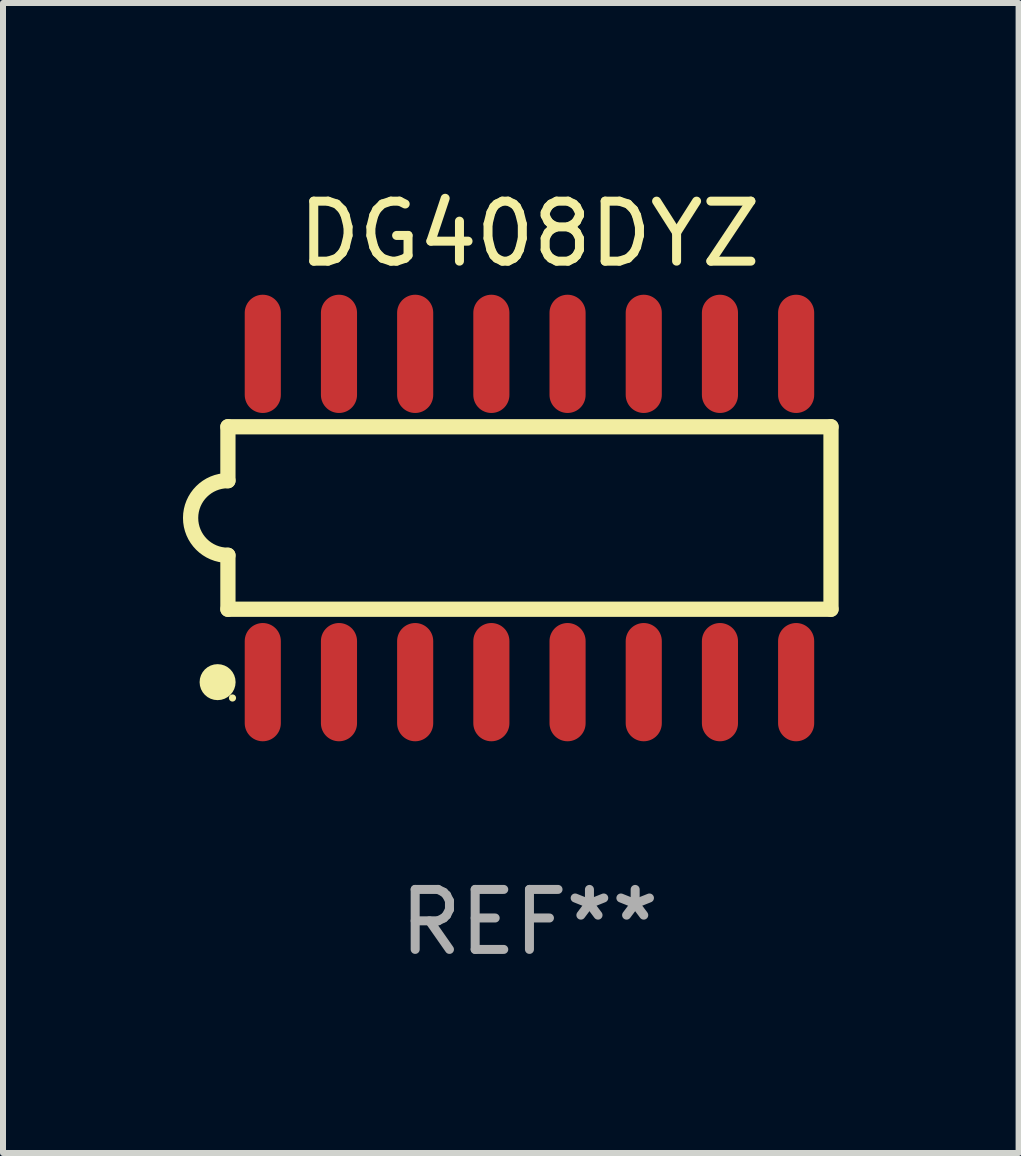
<source format=kicad_pcb>
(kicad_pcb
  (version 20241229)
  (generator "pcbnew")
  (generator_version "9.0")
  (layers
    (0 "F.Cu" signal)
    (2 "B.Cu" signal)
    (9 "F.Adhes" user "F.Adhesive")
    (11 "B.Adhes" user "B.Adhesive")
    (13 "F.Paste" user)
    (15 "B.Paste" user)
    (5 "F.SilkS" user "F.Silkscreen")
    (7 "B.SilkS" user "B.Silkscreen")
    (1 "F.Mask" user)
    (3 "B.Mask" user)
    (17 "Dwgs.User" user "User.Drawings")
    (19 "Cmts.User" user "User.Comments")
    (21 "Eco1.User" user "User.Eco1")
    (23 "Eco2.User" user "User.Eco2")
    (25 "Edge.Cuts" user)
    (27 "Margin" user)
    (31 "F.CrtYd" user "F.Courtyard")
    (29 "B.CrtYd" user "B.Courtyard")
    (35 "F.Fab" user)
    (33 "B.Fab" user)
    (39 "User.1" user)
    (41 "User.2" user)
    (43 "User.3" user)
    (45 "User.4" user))
  (footprint "DG408DYZ"
    (layer "F.Cu")
    (at 5.775 5.584)
    (property "Reference" "DG408DYZ" (at 0 -4.736 0) (layer "F.SilkS") (effects (font (size 1 1) (thickness 0.15))))
    (attr through_hole)
    (fp_line (start -5.026 -1.521) (end -5.026 -0.621) (stroke (width 0.254) (type solid)) (layer "F.SilkS"))
    (fp_line (start -5.026 -1.521) (end 5.026 -1.521) (stroke (width 0.254) (type solid)) (layer "F.SilkS"))
    (fp_line (start -5.026 1.521) (end -5.026 0.621) (stroke (width 0.254) (type solid)) (layer "F.SilkS"))
    (fp_line (start 5.026 -1.521) (end 5.026 1.521) (stroke (width 0.254) (type solid)) (layer "F.SilkS"))
    (fp_line (start 5.026 1.521) (end -5.026 1.521) (stroke (width 0.254) (type solid)) (layer "F.SilkS"))
    (fp_arc (start -5.026187 0.621387) (mid -5.647752 -0.000787) (end -5.025781 -0.622555) (stroke (width 0.254001) (type solid)) (layer "F.SilkS"))
    (fp_circle (center -5.198 2.736) (end -5.048 2.736) (stroke (width 0.3) (type solid)) (fill no) (layer "F.SilkS"))
    (fp_circle (center -4.95 3) (end -4.92 3) (stroke (width 0.06) (type solid)) (fill no) (layer "F.SilkS"))
    (fp_text user "REF**" (at 0 6.736 0) (layer "F.Fab") (effects (font (size 1 1) (thickness 0.15))))
    (pad "1" smd oval (at -4.445 2.736) (size 0.602 1.971) (layers "F.Cu" "F.Mask" "F.Paste"))
    (pad "2" smd oval (at -3.175 2.736) (size 0.602 1.971) (layers "F.Cu" "F.Mask" "F.Paste"))
    (pad "3" smd oval (at -1.905 2.736) (size 0.602 1.971) (layers "F.Cu" "F.Mask" "F.Paste"))
    (pad "4" smd oval (at -0.635 2.736) (size 0.602 1.971) (layers "F.Cu" "F.Mask" "F.Paste"))
    (pad "5" smd oval (at 0.635 2.736) (size 0.602 1.971) (layers "F.Cu" "F.Mask" "F.Paste"))
    (pad "6" smd oval (at 1.905 2.736) (size 0.602 1.971) (layers "F.Cu" "F.Mask" "F.Paste"))
    (pad "7" smd oval (at 3.175 2.736) (size 0.602 1.971) (layers "F.Cu" "F.Mask" "F.Paste"))
    (pad "8" smd oval (at 4.445 2.736) (size 0.602 1.971) (layers "F.Cu" "F.Mask" "F.Paste"))
    (pad "9" smd oval (at 4.445 -2.736) (size 0.602 1.971) (layers "F.Cu" "F.Mask" "F.Paste"))
    (pad "10" smd oval (at 3.175 -2.736) (size 0.602 1.971) (layers "F.Cu" "F.Mask" "F.Paste"))
    (pad "11" smd oval (at 1.905 -2.736) (size 0.602 1.971) (layers "F.Cu" "F.Mask" "F.Paste"))
    (pad "12" smd oval (at 0.635 -2.736) (size 0.602 1.971) (layers "F.Cu" "F.Mask" "F.Paste"))
    (pad "13" smd oval (at -0.635 -2.736) (size 0.602 1.971) (layers "F.Cu" "F.Mask" "F.Paste"))
    (pad "14" smd oval (at -1.905 -2.736) (size 0.602 1.971) (layers "F.Cu" "F.Mask" "F.Paste"))
    (pad "15" smd oval (at -3.175 -2.736) (size 0.602 1.971) (layers "F.Cu" "F.Mask" "F.Paste"))
    (pad "16" smd oval (at -4.445 -2.736) (size 0.602 1.971) (layers "F.Cu" "F.Mask" "F.Paste")))
  (gr_rect
    (start -3 -3)
    (end 13.928 16.168)
    (stroke (width 0.1) (type default))
    (fill no)
    (layer "Edge.Cuts")))
</source>
